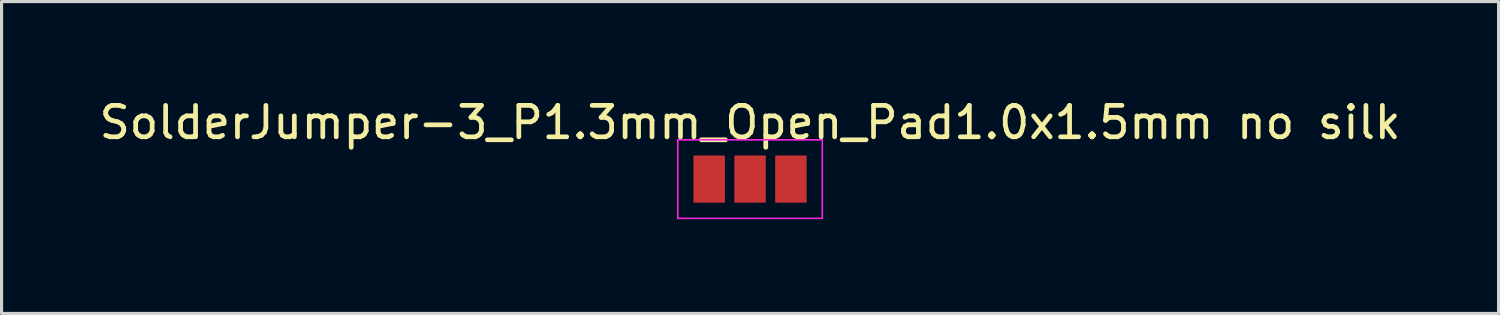
<source format=kicad_pcb>
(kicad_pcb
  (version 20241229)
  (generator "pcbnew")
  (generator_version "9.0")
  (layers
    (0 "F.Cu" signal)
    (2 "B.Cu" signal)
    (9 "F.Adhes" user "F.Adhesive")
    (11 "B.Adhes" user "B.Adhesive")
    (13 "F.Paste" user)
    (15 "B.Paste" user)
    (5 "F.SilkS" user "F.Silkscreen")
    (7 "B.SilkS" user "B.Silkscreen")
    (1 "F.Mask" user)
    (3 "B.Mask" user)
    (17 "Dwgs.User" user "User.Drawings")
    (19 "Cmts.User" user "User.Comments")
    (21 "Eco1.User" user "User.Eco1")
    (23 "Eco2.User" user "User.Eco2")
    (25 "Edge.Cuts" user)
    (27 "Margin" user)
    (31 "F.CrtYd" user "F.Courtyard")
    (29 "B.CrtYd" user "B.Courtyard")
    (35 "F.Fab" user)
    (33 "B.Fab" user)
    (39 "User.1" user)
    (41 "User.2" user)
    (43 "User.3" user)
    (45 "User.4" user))
  (footprint "SolderJumper-3_P1.3mm_Open_Pad1.0x1.5mm no silk"
    (layer "F.Cu")
    (at 20.815 2.648)
    (property "Reference" "SolderJumper-3_P1.3mm_Open_Pad1.0x1.5mm no silk" (at 0 -1.8 0) (layer "F.SilkS") (effects (font (size 1 1) (thickness 0.15))))
    (attr exclude_from_pos_files)
    (fp_line (start -2.3 -1.25) (end -2.3 1.25) (stroke (width 0.05) (type solid)) (layer "F.CrtYd"))
    (fp_line (start -2.3 -1.25) (end 2.3 -1.25) (stroke (width 0.05) (type solid)) (layer "F.CrtYd"))
    (fp_line (start 2.3 1.25) (end -2.3 1.25) (stroke (width 0.05) (type solid)) (layer "F.CrtYd"))
    (fp_line (start 2.3 1.25) (end 2.3 -1.25) (stroke (width 0.05) (type solid)) (layer "F.CrtYd"))
    (pad "1" smd rect (at -1.3 0) (size 1 1.5) (layers "F.Cu" "F.Mask"))
    (pad "2" smd rect (at 0 0) (size 1 1.5) (layers "F.Cu" "F.Mask"))
    (pad "3" smd rect (at 1.3 0) (size 1 1.5) (layers "F.Cu" "F.Mask")))
  (gr_rect
    (start -3 -3)
    (end 44.631 6.923)
    (stroke (width 0.1) (type default))
    (fill no)
    (layer "Edge.Cuts")))
</source>
